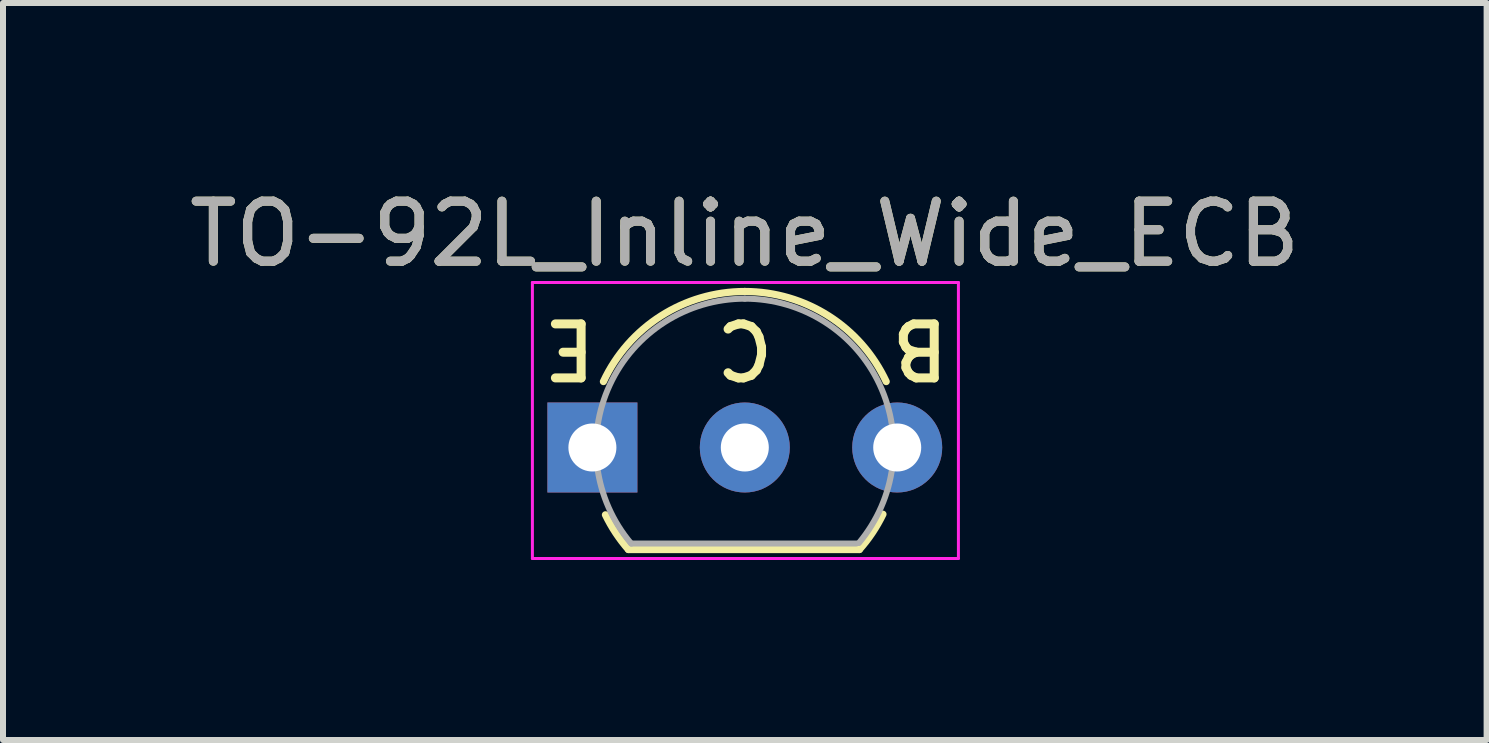
<source format=kicad_pcb>
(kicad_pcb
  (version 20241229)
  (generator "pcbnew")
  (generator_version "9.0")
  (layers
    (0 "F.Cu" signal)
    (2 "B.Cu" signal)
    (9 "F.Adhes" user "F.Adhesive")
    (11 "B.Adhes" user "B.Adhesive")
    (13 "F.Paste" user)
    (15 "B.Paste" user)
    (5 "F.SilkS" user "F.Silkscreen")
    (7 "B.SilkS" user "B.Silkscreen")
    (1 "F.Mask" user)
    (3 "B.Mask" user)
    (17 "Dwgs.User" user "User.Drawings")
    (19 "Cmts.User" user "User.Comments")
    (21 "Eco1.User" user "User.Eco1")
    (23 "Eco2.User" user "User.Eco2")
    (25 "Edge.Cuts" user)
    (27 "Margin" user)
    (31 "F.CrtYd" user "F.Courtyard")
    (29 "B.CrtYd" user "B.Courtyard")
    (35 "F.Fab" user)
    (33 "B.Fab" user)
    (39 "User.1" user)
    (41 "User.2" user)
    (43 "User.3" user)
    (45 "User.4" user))
  (footprint "TO-92L_Inline_Wide_ECB"
    (layer "F.Cu")
    (at 6.823 4.408)
    (property "Reference" "TO-92L_Inline_Wide_ECB" (at 2.54 -3.56 0) (layer "F.SilkS") (effects (font (size 1 1) (thickness 0.15))))
    (fp_line (start 0.6 1.7) (end 4.45 1.7) (stroke (width 0.12) (type solid)) (layer "F.SilkS"))
    (fp_arc (start 0.1836 -1.098807) (mid 1.143021 -2.192817) (end 2.54 -2.6) (stroke (width 0.12) (type solid)) (layer "F.SilkS"))
    (fp_arc (start 0.6 1.7) (mid 0.389183 1.423933) (end 0.217369 1.122045) (stroke (width 0.12) (type solid)) (layer "F.SilkS"))
    (fp_arc (start 2.54 -2.6) (mid 3.936979 -2.192818) (end 4.8964 -1.098807) (stroke (width 0.12) (type solid)) (layer "F.SilkS"))
    (fp_arc (start 4.842383 1.112264) (mid 4.666594 1.419753) (end 4.45 1.7) (stroke (width 0.12) (type solid)) (layer "F.SilkS"))
    (fp_line (start -1 -2.75) (end -1 1.85) (stroke (width 0.05) (type solid)) (layer "F.CrtYd"))
    (fp_line (start -1 -2.75) (end 6.1 -2.75) (stroke (width 0.05) (type solid)) (layer "F.CrtYd"))
    (fp_line (start 6.1 1.85) (end -1 1.85) (stroke (width 0.05) (type solid)) (layer "F.CrtYd"))
    (fp_line (start 6.1 1.85) (end 6.1 -2.75) (stroke (width 0.05) (type solid)) (layer "F.CrtYd"))
    (fp_line (start 0.65 1.6) (end 4.4 1.6) (stroke (width 0.1) (type solid)) (layer "F.Fab"))
    (fp_arc (start 0.647182 1.602385) (mid 0.290076 -1.043188) (end 2.54 -2.48) (stroke (width 0.1) (type solid)) (layer "F.Fab"))
    (fp_arc (start 2.54 -2.48) (mid 4.787211 -1.049019) (end 4.441103 1.592547) (stroke (width 0.1) (type solid)) (layer "F.Fab"))
    (fp_text user "E" (at -0.381 -1.651 180) (unlocked yes) (layer "F.SilkS") (effects (font (size 0.9 0.9) (thickness 0.15))))
    (fp_text user "B" (at 5.461 -1.651 180) (unlocked yes) (layer "F.SilkS") (effects (font (size 0.9 0.9) (thickness 0.15))))
    (fp_text user "C" (at 2.54 -1.651 180) (unlocked yes) (layer "F.SilkS") (effects (font (size 0.9 0.9) (thickness 0.15))))
    (fp_text user "${REFERENCE}" (at 2.54 -3.56 0) (layer "F.Fab") (effects (font (size 1 1) (thickness 0.15))))
    (pad "1" thru_hole rect (at 0 0 90) (size 1.5 1.5) (drill 0.8) (layers "*.Cu" "*.Mask"))
    (pad "2" thru_hole circle (at 2.54 0 90) (size 1.5 1.5) (drill 0.8) (layers "*.Cu" "*.Mask"))
    (pad "3" thru_hole circle (at 5.08 0 90) (size 1.5 1.5) (drill 0.8) (layers "*.Cu" "*.Mask")))
  (gr_rect
    (start -3 -3)
    (end 21.726 9.283)
    (stroke (width 0.1) (type default))
    (fill no)
    (layer "Edge.Cuts")))
</source>
